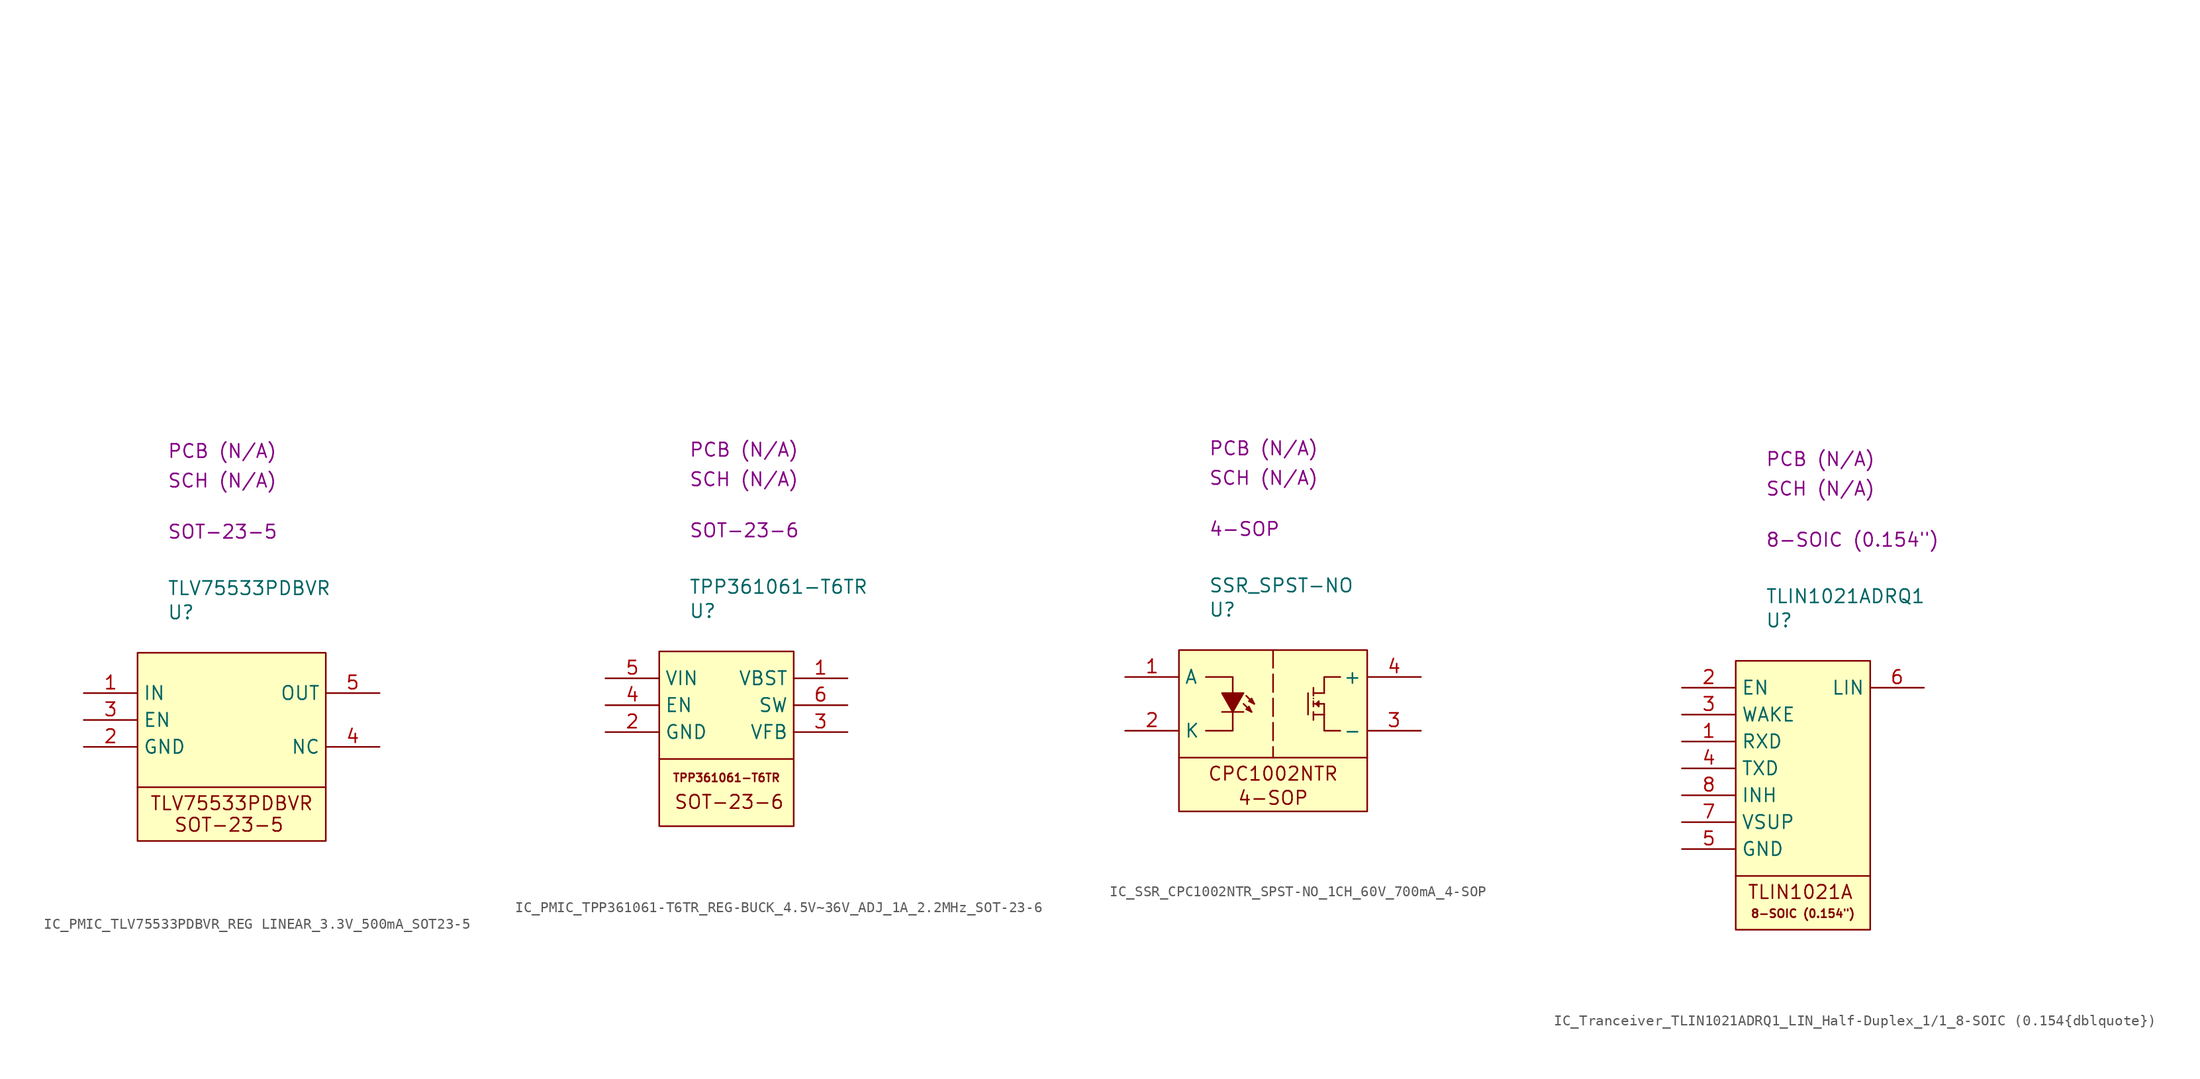
<source format=kicad_sym>
(kicad_symbol_lib
  (version 20231120)
  (generator "kicad_symbol_editor")
  (generator_version "8.0")
  (symbol "IC_PMIC_TLV75533PDBVR_REG LINEAR_3.3V_500mA_SOT23-5"
    (property "Reference" "U"
      (at 2.794 3.81 0)
      (effects (font (size 1.27 1.27)) (justify left)))
    (property "Value" "TLV75533PDBVR"
      (at 2.794 6.096 0)
      (effects (font (size 1.27 1.27)) (justify left)))
    (property "Package" "SOT-23-5"
      (at 2.794 11.43 0)
      (effects (font (size 1.27 1.27)) (justify left)))
    (property "SCH CHECK" "SCH (N/A)"
      (at 2.794 16.256 0)
      (effects (font (size 1.27 1.27)) (justify left)))
    (property "PCB CHECk" "PCB (N/A)"
      (at 2.794 19.05 0)
      (effects (font (size 1.27 1.27)) (justify left)))
    (symbol "IC_PMIC_TLV75533PDBVR_REG LINEAR_3.3V_500mA_SOT23-5_0_1"
      (polyline private (pts (xy 2.54 2.54) (xy 27.94 2.54)) (stroke (width 0) (type default)) (fill (type none)))
      (polyline private (pts (xy 2.54 5.08) (xy 27.94 5.08)) (stroke (width 0) (type default)) (fill (type none)))
      (polyline private (pts (xy 2.54 7.62) (xy 27.94 7.62)) (stroke (width 0) (type default)) (fill (type none)))
      (polyline private (pts (xy 2.54 10.16) (xy 27.94 10.16)) (stroke (width 0) (type default)) (fill (type none)))
      (polyline private (pts (xy 2.54 12.7) (xy 27.94 12.7)) (stroke (width 0) (type default)) (fill (type none)))
      (polyline private (pts (xy 2.54 15.24) (xy 27.94 15.24)) (stroke (width 0) (type default)) (fill (type none)))
      (polyline private (pts (xy 2.54 17.78) (xy 27.94 17.78)) (stroke (width 0) (type default)) (fill (type none)))
      (polyline private (pts (xy 2.54 20.32) (xy 27.94 20.32)) (stroke (width 0) (type default)) (fill (type none)))
      (polyline private (pts (xy 2.54 22.86) (xy 27.94 22.86)) (stroke (width 0) (type default)) (fill (type none)))
      (polyline private (pts (xy 2.54 25.4) (xy 27.94 25.4)) (stroke (width 0) (type default)) (fill (type none)))
      (polyline private (pts (xy 2.54 27.94) (xy 27.94 27.94)) (stroke (width 0) (type default)) (fill (type none)))
      (polyline private (pts (xy 2.54 30.48) (xy 27.94 30.48)) (stroke (width 0) (type default)) (fill (type none)))
      (polyline private (pts (xy 2.54 33.02) (xy 27.94 33.02)) (stroke (width 0) (type default)) (fill (type none)))
      (polyline private (pts (xy 2.54 35.56) (xy 27.94 35.56)) (stroke (width 0) (type default)) (fill (type none)))
      (polyline private (pts (xy 2.54 38.1) (xy 27.94 38.1)) (stroke (width 0) (type default)) (fill (type none)))
      (polyline private (pts (xy 2.54 40.64) (xy 27.94 40.64)) (stroke (width 0) (type default)) (fill (type none)))
      (polyline private (pts (xy 2.54 43.18) (xy 27.94 43.18)) (stroke (width 0) (type default)) (fill (type none)))
      (polyline private (pts (xy 2.54 45.72) (xy 27.94 45.72)) (stroke (width 0) (type default)) (fill (type none)))
      (polyline private (pts (xy 2.54 48.26) (xy 27.94 48.26)) (stroke (width 0) (type default)) (fill (type none)))
      (polyline private (pts (xy 2.54 50.8) (xy 27.94 50.8)) (stroke (width 0) (type default)) (fill (type none)))
      (polyline (pts (xy 0 -12.7) (xy 17.78 -12.7)) (stroke (width 0) (type default)) (fill (type none))))
    (symbol "IC_PMIC_TLV75533PDBVR_REG LINEAR_3.3V_500mA_SOT23-5_1_1"
      (rectangle (start 0 0) (end 17.78 -17.78) (stroke (width 0) (type default)) (fill (type background)))
      (text "SOT-23-5" (at 8.636 -16.256 0) (effects (font (size 1.27 1.27))))
      (text "TLV75533PDBVR" (at 8.89 -14.224 0) (effects (font (size 1.27 1.27))))
      (pin passive line (at -5.08 -3.81 0) (length 5.08) (name "IN" (effects (font (size 1.27 1.27)))) (number "1" (effects (font (size 1.27 1.27)))))
      (pin passive line (at -5.08 -8.89 0) (length 5.08) (name "GND" (effects (font (size 1.27 1.27)))) (number "2" (effects (font (size 1.27 1.27)))))
      (pin passive line (at -5.08 -6.35 0) (length 5.08) (name "EN" (effects (font (size 1.27 1.27)))) (number "3" (effects (font (size 1.27 1.27)))))
      (pin passive line (at 22.86 -8.89 180) (length 5.08) (name "NC" (effects (font (size 1.27 1.27)))) (number "4" (effects (font (size 1.27 1.27)))))
      (pin passive line (at 22.86 -3.81 180) (length 5.08) (name "OUT" (effects (font (size 1.27 1.27)))) (number "5" (effects (font (size 1.27 1.27)))))))
  (symbol "IC_PMIC_TPP361061-T6TR_REG-BUCK_4.5V~36V_ADJ_1A_2.2MHz_SOT-23-6"
    (property "Reference" "U"
      (at 2.794 3.81 0)
      (effects (font (size 1.27 1.27)) (justify left)))
    (property "Value" "TPP361061-T6TR"
      (at 2.794 6.096 0)
      (effects (font (size 1.27 1.27)) (justify left)))
    (property "Package" "SOT-23-6"
      (at 2.794 11.43 0)
      (effects (font (size 1.27 1.27)) (justify left)))
    (property "SCH CHECK" "SCH (N/A)"
      (at 2.794 16.256 0)
      (effects (font (size 1.27 1.27)) (justify left)))
    (property "PCB CHECk" "PCB (N/A)"
      (at 2.794 19.05 0)
      (effects (font (size 1.27 1.27)) (justify left)))
    (symbol "IC_PMIC_TPP361061-T6TR_REG-BUCK_4.5V~36V_ADJ_1A_2.2MHz_SOT-23-6_0_1"
      (polyline private (pts (xy 2.54 2.54) (xy 27.94 2.54)) (stroke (width 0) (type default)) (fill (type none)))
      (polyline private (pts (xy 2.54 5.08) (xy 27.94 5.08)) (stroke (width 0) (type default)) (fill (type none)))
      (polyline private (pts (xy 2.54 7.62) (xy 27.94 7.62)) (stroke (width 0) (type default)) (fill (type none)))
      (polyline private (pts (xy 2.54 10.16) (xy 27.94 10.16)) (stroke (width 0) (type default)) (fill (type none)))
      (polyline private (pts (xy 2.54 12.7) (xy 27.94 12.7)) (stroke (width 0) (type default)) (fill (type none)))
      (polyline private (pts (xy 2.54 15.24) (xy 27.94 15.24)) (stroke (width 0) (type default)) (fill (type none)))
      (polyline private (pts (xy 2.54 17.78) (xy 27.94 17.78)) (stroke (width 0) (type default)) (fill (type none)))
      (polyline private (pts (xy 2.54 20.32) (xy 27.94 20.32)) (stroke (width 0) (type default)) (fill (type none)))
      (polyline private (pts (xy 2.54 22.86) (xy 27.94 22.86)) (stroke (width 0) (type default)) (fill (type none)))
      (polyline private (pts (xy 2.54 25.4) (xy 27.94 25.4)) (stroke (width 0) (type default)) (fill (type none)))
      (polyline private (pts (xy 2.54 27.94) (xy 27.94 27.94)) (stroke (width 0) (type default)) (fill (type none)))
      (polyline private (pts (xy 2.54 30.48) (xy 27.94 30.48)) (stroke (width 0) (type default)) (fill (type none)))
      (polyline private (pts (xy 2.54 33.02) (xy 27.94 33.02)) (stroke (width 0) (type default)) (fill (type none)))
      (polyline private (pts (xy 2.54 35.56) (xy 27.94 35.56)) (stroke (width 0) (type default)) (fill (type none)))
      (polyline private (pts (xy 2.54 38.1) (xy 27.94 38.1)) (stroke (width 0) (type default)) (fill (type none)))
      (polyline private (pts (xy 2.54 40.64) (xy 27.94 40.64)) (stroke (width 0) (type default)) (fill (type none)))
      (polyline private (pts (xy 2.54 43.18) (xy 27.94 43.18)) (stroke (width 0) (type default)) (fill (type none)))
      (polyline private (pts (xy 2.54 45.72) (xy 27.94 45.72)) (stroke (width 0) (type default)) (fill (type none)))
      (polyline private (pts (xy 2.54 48.26) (xy 27.94 48.26)) (stroke (width 0) (type default)) (fill (type none)))
      (polyline private (pts (xy 2.54 50.8) (xy 27.94 50.8)) (stroke (width 0) (type default)) (fill (type none))))
    (symbol "IC_PMIC_TPP361061-T6TR_REG-BUCK_4.5V~36V_ADJ_1A_2.2MHz_SOT-23-6_1_1"
      (polyline (pts (xy 0 -10.16) (xy 12.7 -10.16)) (stroke (width 0) (type default)) (fill (type none)))
      (rectangle (start 0 0) (end 12.7 -16.51) (stroke (width 0) (type default)) (fill (type background)))
      (text "SOT-23-6" (at 6.604 -14.224 0) (effects (font (size 1.27 1.27))))
      (text "TPP361061-T6TR" (at 6.35 -11.938 0) (effects (font (size 0.762 0.762))))
      (pin passive line (at 17.78 -2.54 180) (length 5.08) (name "VBST" (effects (font (size 1.27 1.27)))) (number "1" (effects (font (size 1.27 1.27)))))
      (pin passive line (at -5.08 -7.62 0) (length 5.08) (name "GND" (effects (font (size 1.27 1.27)))) (number "2" (effects (font (size 1.27 1.27)))))
      (pin passive line (at 17.78 -7.62 180) (length 5.08) (name "VFB" (effects (font (size 1.27 1.27)))) (number "3" (effects (font (size 1.27 1.27)))))
      (pin passive line (at -5.08 -5.08 0) (length 5.08) (name "EN" (effects (font (size 1.27 1.27)))) (number "4" (effects (font (size 1.27 1.27)))))
      (pin passive line (at -5.08 -2.54 0) (length 5.08) (name "VIN" (effects (font (size 1.27 1.27)))) (number "5" (effects (font (size 1.27 1.27)))))
      (pin passive line (at 17.78 -5.08 180) (length 5.08) (name "SW" (effects (font (size 1.27 1.27)))) (number "6" (effects (font (size 1.27 1.27)))))))
  (symbol "IC_SSR_CPC1002NTR_SPST-NO_1CH_60V_700mA_4-SOP"
    (property "Reference" "U"
      (at 2.794 3.81 0)
      (effects (font (size 1.27 1.27)) (justify left)))
    (property "Value" "SSR_SPST-NO"
      (at 2.794 6.096 0)
      (effects (font (size 1.27 1.27)) (justify left)))
    (property "Package" "4-SOP"
      (at 2.794 11.43 0)
      (effects (font (size 1.27 1.27)) (justify left)))
    (property "SCH CHECK" "SCH (N/A)"
      (at 2.794 16.256 0)
      (effects (font (size 1.27 1.27)) (justify left)))
    (property "PCB CHECk" "PCB (N/A)"
      (at 2.794 19.05 0)
      (effects (font (size 1.27 1.27)) (justify left)))
    (symbol "IC_SSR_CPC1002NTR_SPST-NO_1CH_60V_700mA_4-SOP_0_1"
      (polyline private (pts (xy 2.54 2.54) (xy 27.94 2.54)) (stroke (width 0) (type default)) (fill (type none)))
      (polyline private (pts (xy 2.54 5.08) (xy 27.94 5.08)) (stroke (width 0) (type default)) (fill (type none)))
      (polyline private (pts (xy 2.54 7.62) (xy 27.94 7.62)) (stroke (width 0) (type default)) (fill (type none)))
      (polyline private (pts (xy 2.54 10.16) (xy 27.94 10.16)) (stroke (width 0) (type default)) (fill (type none)))
      (polyline private (pts (xy 2.54 12.7) (xy 27.94 12.7)) (stroke (width 0) (type default)) (fill (type none)))
      (polyline private (pts (xy 2.54 15.24) (xy 27.94 15.24)) (stroke (width 0) (type default)) (fill (type none)))
      (polyline private (pts (xy 2.54 17.78) (xy 27.94 17.78)) (stroke (width 0) (type default)) (fill (type none)))
      (polyline private (pts (xy 2.54 20.32) (xy 27.94 20.32)) (stroke (width 0) (type default)) (fill (type none)))
      (polyline private (pts (xy 2.54 22.86) (xy 27.94 22.86)) (stroke (width 0) (type default)) (fill (type none)))
      (polyline private (pts (xy 2.54 25.4) (xy 27.94 25.4)) (stroke (width 0) (type default)) (fill (type none)))
      (polyline private (pts (xy 2.54 27.94) (xy 27.94 27.94)) (stroke (width 0) (type default)) (fill (type none)))
      (polyline private (pts (xy 2.54 30.48) (xy 27.94 30.48)) (stroke (width 0) (type default)) (fill (type none)))
      (polyline private (pts (xy 2.54 33.02) (xy 27.94 33.02)) (stroke (width 0) (type default)) (fill (type none)))
      (polyline private (pts (xy 2.54 35.56) (xy 27.94 35.56)) (stroke (width 0) (type default)) (fill (type none)))
      (polyline private (pts (xy 2.54 38.1) (xy 27.94 38.1)) (stroke (width 0) (type default)) (fill (type none)))
      (polyline private (pts (xy 2.54 40.64) (xy 27.94 40.64)) (stroke (width 0) (type default)) (fill (type none)))
      (polyline private (pts (xy 2.54 43.18) (xy 27.94 43.18)) (stroke (width 0) (type default)) (fill (type none)))
      (polyline private (pts (xy 2.54 45.72) (xy 27.94 45.72)) (stroke (width 0) (type default)) (fill (type none)))
      (polyline private (pts (xy 2.54 48.26) (xy 27.94 48.26)) (stroke (width 0) (type default)) (fill (type none)))
      (polyline (pts (xy 0 -10.16) (xy 17.78 -10.16)) (stroke (width 0) (type default)) (fill (type none)))
      (polyline private (pts (xy 2.54 50.8) (xy 27.94 50.8)) (stroke (width 0) (type default)) (fill (type none))))
    (symbol "IC_SSR_CPC1002NTR_SPST-NO_1CH_60V_700mA_4-SOP_1_1"
      (polyline (pts (xy 4.064 -5.842) (xy 6.096 -5.842)) (stroke (width 0) (type default)) (fill (type none)))
      (polyline (pts (xy 6.096 -5.08) (xy 6.858 -5.842)) (stroke (width 0) (type default)) (fill (type none)))
      (polyline (pts (xy 6.35 -4.318) (xy 7.112 -5.08)) (stroke (width 0) (type default)) (fill (type none)))
      (polyline (pts (xy 8.89 0) (xy 8.89 -10.16)) (stroke (width 0) (type dash)) (fill (type none)))
      (polyline (pts (xy 12.192 -4.064) (xy 12.192 -6.096)) (stroke (width 0) (type default)) (fill (type none)))
      (polyline (pts (xy 12.7 -5.842) (xy 12.7 -6.604)) (stroke (width 0) (type solid)) (fill (type none)))
      (polyline (pts (xy 12.7 -4.826) (xy 12.7 -5.334)) (stroke (width 0) (type solid)) (fill (type none)))
      (polyline (pts (xy 12.7 -4.572) (xy 12.7 -4.572)) (stroke (width 0) (type default)) (fill (type none)))
      (polyline (pts (xy 12.7 -3.556) (xy 12.7 -4.318)) (stroke (width 0) (type solid)) (fill (type none)))
      (polyline (pts (xy 13.716 -6.096) (xy 12.7 -6.096)) (stroke (width 0) (type default)) (fill (type none)))
      (polyline (pts (xy 13.716 -6.096) (xy 13.716 -5.08)) (stroke (width 0) (type default)) (fill (type none)))
      (polyline (pts (xy 13.716 -5.08) (xy 12.7 -5.08)) (stroke (width 0) (type default)) (fill (type none)))
      (polyline (pts (xy 13.716 -4.064) (xy 12.7 -4.064)) (stroke (width 0) (type default)) (fill (type none)))
      (polyline (pts (xy 15.24 -7.62) (xy 13.716 -7.62) (xy 13.716 -6.096)) (stroke (width 0) (type default)) (fill (type none)))
      (polyline (pts (xy 15.24 -2.54) (xy 13.716 -2.54) (xy 13.716 -4.064)) (stroke (width 0) (type default)) (fill (type none)))
      (polyline (pts (xy 2.54 -2.54) (xy 5.08 -2.54) (xy 5.08 -7.62) (xy 2.54 -7.62)) (stroke (width 0) (type default)) (fill (type none)))
      (polyline (pts (xy 4.064 -4.064) (xy 6.096 -4.064) (xy 5.08 -5.842) (xy 4.064 -4.064)) (stroke (width 0) (type default)) (fill (type outline)))
      (polyline (pts (xy 6.604 -5.334) (xy 6.35 -5.588) (xy 6.858 -5.842) (xy 6.604 -5.334)) (stroke (width 0) (type default)) (fill (type none)))
      (polyline (pts (xy 6.858 -4.572) (xy 6.604 -4.826) (xy 7.112 -5.08) (xy 6.858 -4.572)) (stroke (width 0) (type default)) (fill (type none)))
      (polyline (pts (xy 13.208 -4.826) (xy 13.208 -5.334) (xy 12.954 -5.08) (xy 13.208 -4.826)) (stroke (width 0) (type default)) (fill (type none)))
      (rectangle (start 0 0) (end 17.78 -15.24) (stroke (width 0) (type default)) (fill (type background)))
      (text "4-SOP" (at 8.89 -13.97 0) (effects (font (size 1.27 1.27))))
      (text "CPC1002NTR" (at 8.89 -11.684 0) (effects (font (size 1.27 1.27))))
      (pin passive line (at -5.08 -2.54 0) (length 5.08) (name "A" (effects (font (size 1.27 1.27)))) (number "1" (effects (font (size 1.27 1.27)))))
      (pin passive line (at -5.08 -7.62 0) (length 5.08) (name "K" (effects (font (size 1.27 1.27)))) (number "2" (effects (font (size 1.27 1.27)))))
      (pin passive line (at 22.86 -7.62 180) (length 5.08) (name "-" (effects (font (size 1.27 1.27)))) (number "3" (effects (font (size 1.27 1.27)))))
      (pin passive line (at 22.86 -2.54 180) (length 5.08) (name "+" (effects (font (size 1.27 1.27)))) (number "4" (effects (font (size 1.27 1.27)))))))
  (symbol "IC_Tranceiver_TLIN1021ADRQ1_LIN_Half-Duplex_1/1_8-SOIC (0.154{dblquote})"
    (property "Reference" "U"
      (at 2.794 3.81 0)
      (effects (font (size 1.27 1.27)) (justify left)))
    (property "Value" "TLIN1021ADRQ1"
      (at 2.794 6.096 0)
      (effects (font (size 1.27 1.27)) (justify left)))
    (property "Package" "8-SOIC (0.154\")"
      (at 2.794 11.43 0)
      (effects (font (size 1.27 1.27)) (justify left)))
    (property "SCH CHECK" "SCH (N/A)"
      (at 2.794 16.256 0)
      (effects (font (size 1.27 1.27)) (justify left)))
    (property "PCB CHECk" "PCB (N/A)"
      (at 2.794 19.05 0)
      (effects (font (size 1.27 1.27)) (justify left)))
    (symbol "IC_Tranceiver_TLIN1021ADRQ1_LIN_Half-Duplex_1/1_8-SOIC (0.154{dblquote})_0_1"
      (polyline private (pts (xy 2.54 2.54) (xy 27.94 2.54)) (stroke (width 0) (type default)) (fill (type none)))
      (polyline private (pts (xy 2.54 5.08) (xy 27.94 5.08)) (stroke (width 0) (type default)) (fill (type none)))
      (polyline private (pts (xy 2.54 7.62) (xy 27.94 7.62)) (stroke (width 0) (type default)) (fill (type none)))
      (polyline private (pts (xy 2.54 10.16) (xy 27.94 10.16)) (stroke (width 0) (type default)) (fill (type none)))
      (polyline private (pts (xy 2.54 12.7) (xy 27.94 12.7)) (stroke (width 0) (type default)) (fill (type none)))
      (polyline private (pts (xy 2.54 15.24) (xy 27.94 15.24)) (stroke (width 0) (type default)) (fill (type none)))
      (polyline private (pts (xy 2.54 17.78) (xy 27.94 17.78)) (stroke (width 0) (type default)) (fill (type none)))
      (polyline private (pts (xy 2.54 20.32) (xy 27.94 20.32)) (stroke (width 0) (type default)) (fill (type none)))
      (polyline private (pts (xy 2.54 22.86) (xy 27.94 22.86)) (stroke (width 0) (type default)) (fill (type none)))
      (polyline private (pts (xy 2.54 25.4) (xy 27.94 25.4)) (stroke (width 0) (type default)) (fill (type none)))
      (polyline private (pts (xy 2.54 27.94) (xy 27.94 27.94)) (stroke (width 0) (type default)) (fill (type none)))
      (polyline private (pts (xy 2.54 30.48) (xy 27.94 30.48)) (stroke (width 0) (type default)) (fill (type none)))
      (polyline private (pts (xy 2.54 33.02) (xy 27.94 33.02)) (stroke (width 0) (type default)) (fill (type none)))
      (polyline private (pts (xy 2.54 35.56) (xy 27.94 35.56)) (stroke (width 0) (type default)) (fill (type none)))
      (polyline private (pts (xy 2.54 38.1) (xy 27.94 38.1)) (stroke (width 0) (type default)) (fill (type none)))
      (polyline private (pts (xy 2.54 40.64) (xy 27.94 40.64)) (stroke (width 0) (type default)) (fill (type none)))
      (polyline private (pts (xy 2.54 43.18) (xy 27.94 43.18)) (stroke (width 0) (type default)) (fill (type none)))
      (polyline private (pts (xy 2.54 45.72) (xy 27.94 45.72)) (stroke (width 0) (type default)) (fill (type none)))
      (polyline private (pts (xy 2.54 48.26) (xy 27.94 48.26)) (stroke (width 0) (type default)) (fill (type none)))
      (polyline private (pts (xy 2.54 50.8) (xy 27.94 50.8)) (stroke (width 0) (type default)) (fill (type none))))
    (symbol "IC_Tranceiver_TLIN1021ADRQ1_LIN_Half-Duplex_1/1_8-SOIC (0.154{dblquote})_1_1"
      (polyline (pts (xy 0 -20.32) (xy 12.7 -20.32)) (stroke (width 0) (type default)) (fill (type none)))
      (rectangle (start 0 0) (end 12.7 -25.4) (stroke (width 0) (type default)) (fill (type background)))
      (text "8-SOIC (0.154\")" (at 6.35 -23.876 0) (effects (font (size 0.762 0.762))))
      (text "TLIN1021A" (at 6.096 -21.844 0) (effects (font (size 1.27 1.27))))
      (pin passive line (at -5.08 -7.62 0) (length 5.08) (name "RXD" (effects (font (size 1.27 1.27)))) (number "1" (effects (font (size 1.27 1.27)))))
      (pin passive line (at -5.08 -2.54 0) (length 5.08) (name "EN" (effects (font (size 1.27 1.27)))) (number "2" (effects (font (size 1.27 1.27)))))
      (pin passive line (at -5.08 -5.08 0) (length 5.08) (name "WAKE" (effects (font (size 1.27 1.27)))) (number "3" (effects (font (size 1.27 1.27)))))
      (pin passive line (at -5.08 -10.16 0) (length 5.08) (name "TXD" (effects (font (size 1.27 1.27)))) (number "4" (effects (font (size 1.27 1.27)))))
      (pin passive line (at -5.08 -17.78 0) (length 5.08) (name "GND" (effects (font (size 1.27 1.27)))) (number "5" (effects (font (size 1.27 1.27)))))
      (pin passive line (at 17.78 -2.54 180) (length 5.08) (name "LIN" (effects (font (size 1.27 1.27)))) (number "6" (effects (font (size 1.27 1.27)))))
      (pin passive line (at -5.08 -15.24 0) (length 5.08) (name "VSUP" (effects (font (size 1.27 1.27)))) (number "7" (effects (font (size 1.27 1.27)))))
      (pin passive line (at -5.08 -12.7 0) (length 5.08) (name "INH" (effects (font (size 1.27 1.27)))) (number "8" (effects (font (size 1.27 1.27))))))))
</source>
